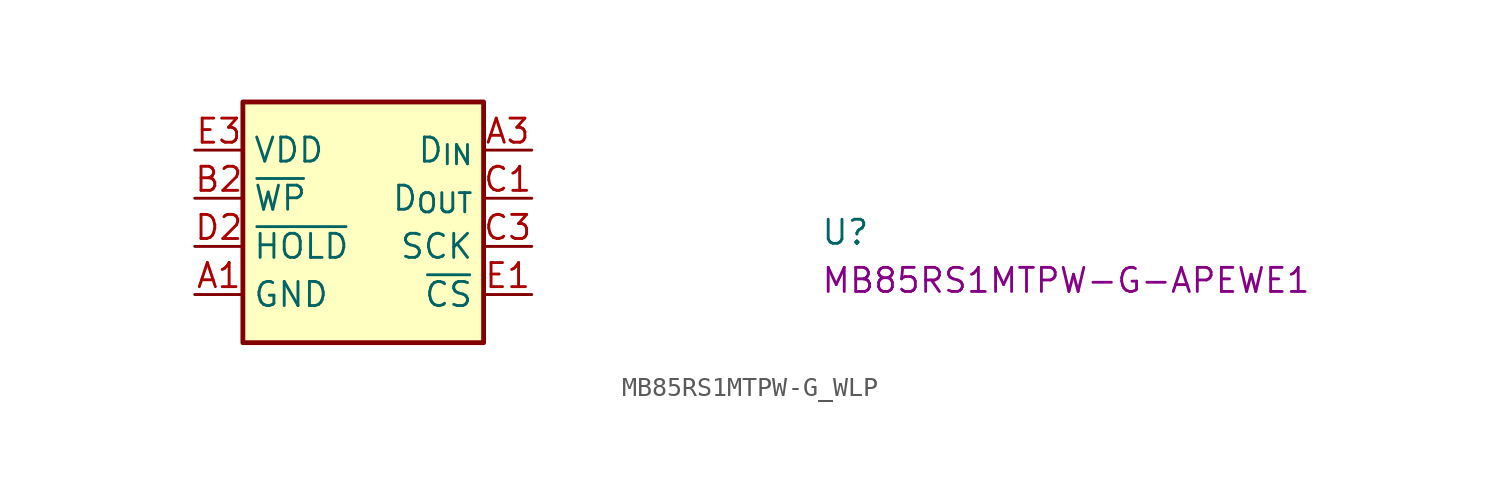
<source format=kicad_sym>
(kicad_symbol_lib
  (version 20220914)
  (generator kicad_symbol_editor)
  (symbol "MB85RS1MTPW-G_WLP"
    (property "Reference" "U"
      (at 33.02 -5.08 0)
      (effects (font (size 1.27 1.27) (thickness 0.15)) (justify left bottom)))
    (property "MPN" "MB85RS1MTPW-G-APEWE1"
      (at 33.02 -7.62 0)
      (effects (font (size 1.27 1.27) (thickness 0.15)) (justify left bottom)))
    (symbol "MB85RS1MTPW-G_WLP_1_1"
      (rectangle (start 2.54 2.54) (end 15.24 -10.16) (stroke (width 0.254) (type default)) (fill (type background)))
      (pin power_in line (at 0 -7.62 0) (length 2.54) (name "GND" (effects (font (size 1.27 1.27)))) (number "A1" (effects (font (size 1.27 1.27)))))
      (pin input line (at 17.78 0 180) (length 2.54) (name "D_{IN}" (effects (font (size 1.27 1.27)))) (number "A3" (effects (font (size 1.27 1.27)))))
      (pin input line (at 0 -2.54 0) (length 2.54) (name "~{WP}" (effects (font (size 1.27 1.27)))) (number "B2" (effects (font (size 1.27 1.27)))))
      (pin output line (at 17.78 -2.54 180) (length 2.54) (name "D_{OUT}" (effects (font (size 1.27 1.27)))) (number "C1" (effects (font (size 1.27 1.27)))))
      (pin input line (at 17.78 -5.08 180) (length 2.54) (name "SCK" (effects (font (size 1.27 1.27)))) (number "C3" (effects (font (size 1.27 1.27)))))
      (pin input line (at 0 -5.08 0) (length 2.54) (name "~{HOLD}" (effects (font (size 1.27 1.27)))) (number "D2" (effects (font (size 1.27 1.27)))))
      (pin input line (at 17.78 -7.62 180) (length 2.54) (name "~{CS}" (effects (font (size 1.27 1.27)))) (number "E1" (effects (font (size 1.27 1.27)))))
      (pin power_in line (at 0 0 0) (length 2.54) (name "VDD" (effects (font (size 1.27 1.27)))) (number "E3" (effects (font (size 1.27 1.27))))))))
</source>
